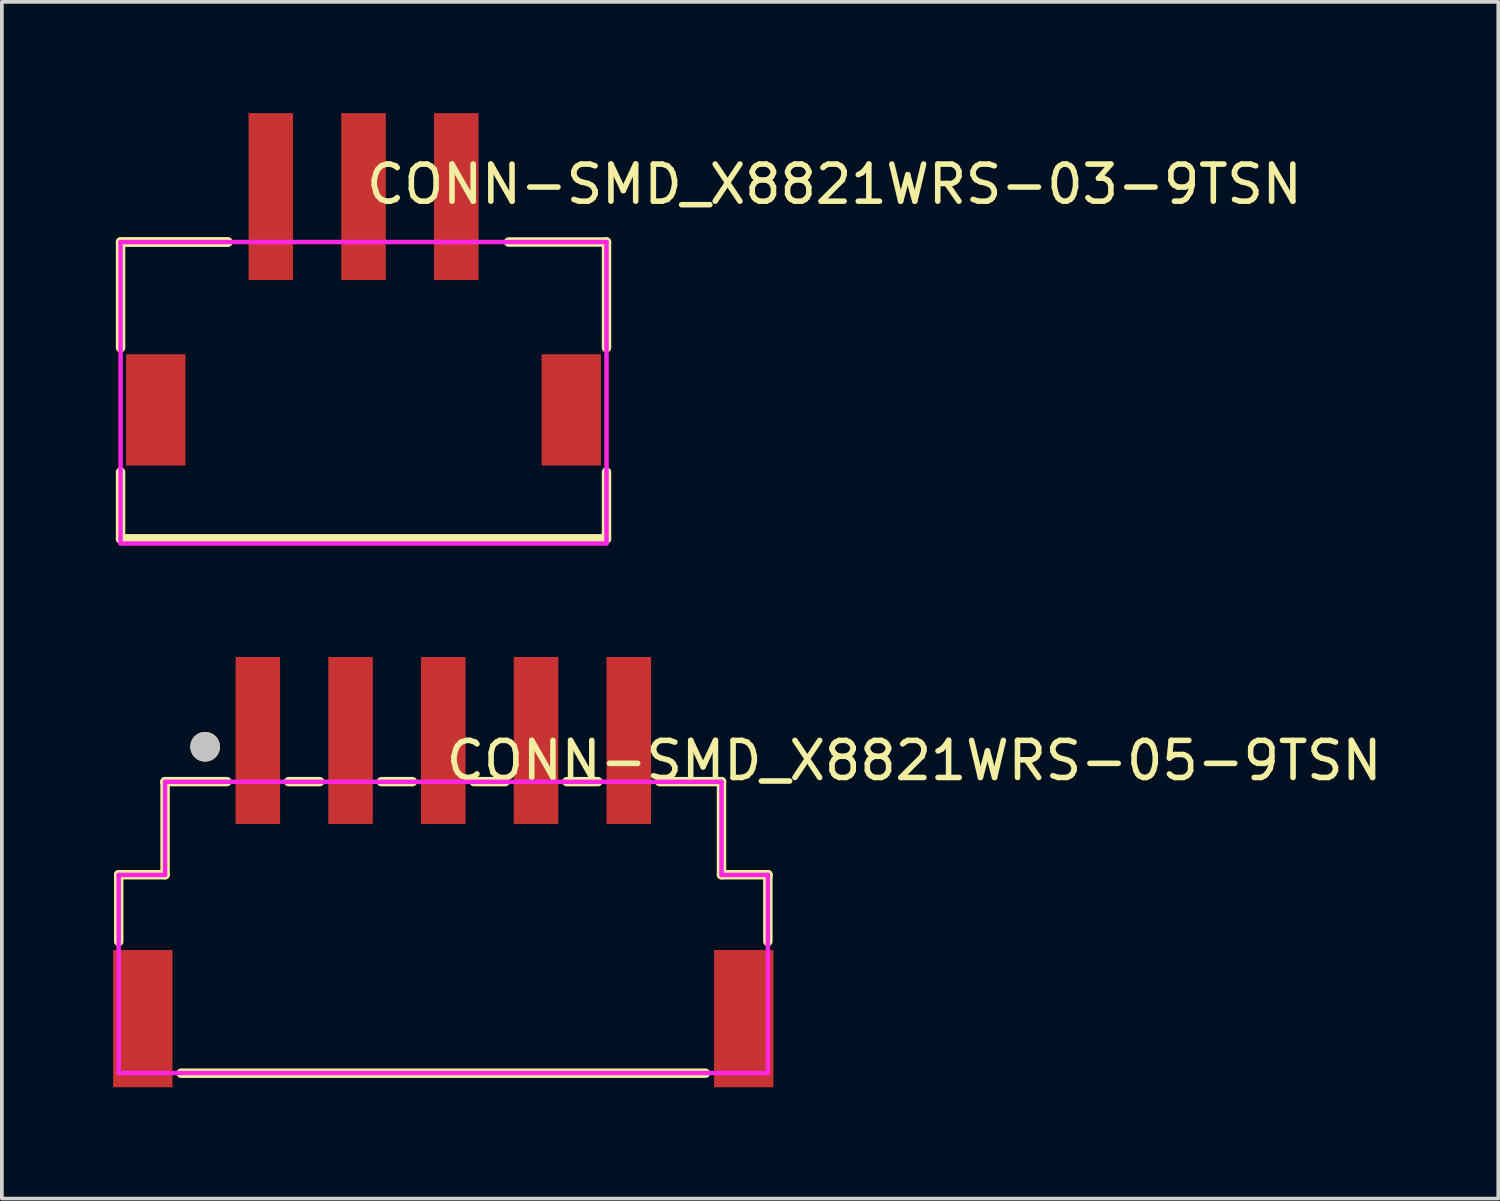
<source format=kicad_pcb>
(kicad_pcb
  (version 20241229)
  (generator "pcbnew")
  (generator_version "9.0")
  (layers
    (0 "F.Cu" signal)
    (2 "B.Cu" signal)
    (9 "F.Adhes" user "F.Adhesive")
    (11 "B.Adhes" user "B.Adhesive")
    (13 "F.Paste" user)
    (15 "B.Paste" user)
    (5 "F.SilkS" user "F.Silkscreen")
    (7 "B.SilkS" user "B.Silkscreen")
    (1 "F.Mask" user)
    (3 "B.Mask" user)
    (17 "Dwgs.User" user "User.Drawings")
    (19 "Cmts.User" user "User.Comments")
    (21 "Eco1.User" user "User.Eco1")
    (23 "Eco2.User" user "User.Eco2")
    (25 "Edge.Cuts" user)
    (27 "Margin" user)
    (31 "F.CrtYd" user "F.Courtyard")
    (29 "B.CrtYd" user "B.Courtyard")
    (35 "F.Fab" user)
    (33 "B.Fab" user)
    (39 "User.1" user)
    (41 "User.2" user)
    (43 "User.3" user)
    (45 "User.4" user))
  (footprint "CONN-SMD_X8821WRS-03-9TSN"
    (layer "F.Cu")
    (at 6.75 5.125)
    (property "Reference" "CONN-SMD_X8821WRS-03-9TSN" (at 0 -3.207 0) (layer "F.SilkS") (effects (font (size 1 1) (thickness 0.15)) (justify left)))
    (attr through_hole)
    (fp_line (start -6.55 -1.651) (end -6.55 1.2) (stroke (width 0.254) (type solid)) (layer "F.SilkS"))
    (fp_line (start -6.55 4.55) (end -6.55 6.349) (stroke (width 0.254) (type solid)) (layer "F.SilkS"))
    (fp_line (start -6.55 6.349) (end 6.55 6.349) (stroke (width 0.254) (type solid)) (layer "F.SilkS"))
    (fp_line (start -3.656 -1.651) (end -6.55 -1.651) (stroke (width 0.254) (type solid)) (layer "F.SilkS"))
    (fp_line (start -3.656 -1.651) (end -6.45 -1.651) (stroke (width 0.254) (type solid)) (layer "F.SilkS"))
    (fp_line (start 3.911 -1.651) (end 6.55 -1.651) (stroke (width 0.254) (type solid)) (layer "F.SilkS"))
    (fp_line (start 6.55 -1.651) (end 6.55 1.2) (stroke (width 0.254) (type solid)) (layer "F.SilkS"))
    (fp_line (start 6.55 4.55) (end 6.55 6.349) (stroke (width 0.254) (type solid)) (layer "F.SilkS"))
    (fp_line (start -2.82 -1.81) (end -2.18 -1.81) (stroke (width 0.12) (type solid)) (layer "Eco2.User"))
    (fp_line (start -2.82 -1.64) (end -2.82 -1.81) (stroke (width 0.12) (type solid)) (layer "Eco2.User"))
    (fp_line (start -2.18 -1.81) (end -2.18 -1.64) (stroke (width 0.12) (type solid)) (layer "Eco2.User"))
    (fp_line (start -2.18 -1.64) (end -2.82 -1.64) (stroke (width 0.12) (type solid)) (layer "Eco2.User"))
    (fp_line (start -0.32 -1.81) (end 0.32 -1.81) (stroke (width 0.12) (type solid)) (layer "Eco2.User"))
    (fp_line (start -0.32 -1.64) (end -0.32 -1.81) (stroke (width 0.12) (type solid)) (layer "Eco2.User"))
    (fp_line (start 0.32 -1.81) (end 0.32 -1.64) (stroke (width 0.12) (type solid)) (layer "Eco2.User"))
    (fp_line (start 0.32 -1.64) (end -0.32 -1.64) (stroke (width 0.12) (type solid)) (layer "Eco2.User"))
    (fp_line (start 2.18 -1.81) (end 2.82 -1.81) (stroke (width 0.12) (type solid)) (layer "Eco2.User"))
    (fp_line (start 2.18 -1.64) (end 2.18 -1.81) (stroke (width 0.12) (type solid)) (layer "Eco2.User"))
    (fp_line (start 2.82 -1.81) (end 2.82 -1.64) (stroke (width 0.12) (type solid)) (layer "Eco2.User"))
    (fp_line (start 2.82 -1.64) (end 2.18 -1.64) (stroke (width 0.12) (type solid)) (layer "Eco2.User"))
    (fp_circle (center -6.55 -4) (end -6.45 -4) (stroke (width 0.2) (type solid)) (fill no) (layer "Eco2.User"))
    (fp_poly (pts (xy -6.223 1.375) (xy -5.583 1.375) (xy -5.583 4.375) (xy -6.223 4.375)) (stroke (width 0.12) (type solid)) (fill no) (layer "Eco2.User"))
    (fp_poly (pts (xy -2.82 -1.8) (xy -2.82 -4) (xy -2.18 -4) (xy -2.18 -1.8)) (stroke (width 0.12) (type solid)) (fill no) (layer "Eco2.User"))
    (fp_poly (pts (xy -0.32 -1.8) (xy -0.32 -4) (xy 0.32 -4) (xy 0.32 -1.8)) (stroke (width 0.12) (type solid)) (fill no) (layer "Eco2.User"))
    (fp_poly (pts (xy 2.18 -1.8) (xy 2.18 -4) (xy 2.82 -4) (xy 2.82 -1.8)) (stroke (width 0.12) (type solid)) (fill no) (layer "Eco2.User"))
    (fp_poly (pts (xy 6.223 4.375) (xy 5.583 4.375) (xy 5.583 1.375) (xy 6.223 1.375)) (stroke (width 0.12) (type solid)) (fill no) (layer "Eco2.User"))
    (fp_line (start -6.55 -1.65) (end 6.55 -1.65) (stroke (width 0.12) (type solid)) (layer "F.CrtYd"))
    (fp_line (start -6.55 6.476) (end -6.55 -1.65) (stroke (width 0.12) (type solid)) (layer "F.CrtYd"))
    (fp_line (start 6.55 -1.65) (end 6.55 6.476) (stroke (width 0.12) (type solid)) (layer "F.CrtYd"))
    (fp_line (start 6.55 6.476) (end -6.55 6.476) (stroke (width 0.12) (type solid)) (layer "F.CrtYd"))
    (pad "1" smd rect (at -2.5 -2.875) (size 1.2 4.5) (layers "F.Cu" "F.Mask" "F.Paste"))
    (pad "2" smd rect (at 0 -2.875) (size 1.2 4.5) (layers "F.Cu" "F.Mask" "F.Paste"))
    (pad "3" smd rect (at 2.5 -2.875) (size 1.2 4.5) (layers "F.Cu" "F.Mask" "F.Paste"))
    (pad "4" smd rect (at 5.6 2.875) (size 1.6 3) (layers "F.Cu" "F.Mask" "F.Paste"))
    (pad "5" smd rect (at -5.6 2.875) (size 1.6 3) (layers "F.Cu" "F.Mask" "F.Paste")))
  (footprint "CONN-SMD_X8821WRS-05-9TSN"
    (layer "F.Cu")
    (at 8.9 20.661)
    (property "Reference" "CONN-SMD_X8821WRS-05-9TSN" (at 0 -3.207 0) (layer "F.SilkS") (effects (font (size 1 1) (thickness 0.15)) (justify left)))
    (attr through_hole)
    (fp_line (start -8.75 -0.13) (end -8.75 1.669) (stroke (width 0.254) (type solid)) (layer "F.SilkS"))
    (fp_line (start -7.5 -2.63) (end -7.5 -2.64) (stroke (width 0.254) (type solid)) (layer "F.SilkS"))
    (fp_line (start -7.5 -2.63) (end -7.5 -0.13) (stroke (width 0.254) (type solid)) (layer "F.SilkS"))
    (fp_line (start -7.5 -0.13) (end -8.75 -0.13) (stroke (width 0.254) (type solid)) (layer "F.SilkS"))
    (fp_line (start -7.49 -2.64) (end -7.5 -2.63) (stroke (width 0.254) (type solid)) (layer "F.SilkS"))
    (fp_line (start -7.069 5.22) (end 7.069 5.22) (stroke (width 0.254) (type solid)) (layer "F.SilkS"))
    (fp_line (start -5.831 -2.64) (end -7.49 -2.64) (stroke (width 0.254) (type solid)) (layer "F.SilkS"))
    (fp_line (start -3.331 -2.64) (end -4.169 -2.64) (stroke (width 0.254) (type solid)) (layer "F.SilkS"))
    (fp_line (start -0.831 -2.64) (end -1.669 -2.64) (stroke (width 0.254) (type solid)) (layer "F.SilkS"))
    (fp_line (start 1.669 -2.64) (end 0.831 -2.64) (stroke (width 0.254) (type solid)) (layer "F.SilkS"))
    (fp_line (start 4.169 -2.64) (end 3.331 -2.64) (stroke (width 0.254) (type solid)) (layer "F.SilkS"))
    (fp_line (start 7.5 -2.64) (end 5.831 -2.64) (stroke (width 0.254) (type solid)) (layer "F.SilkS"))
    (fp_line (start 7.5 -2.64) (end 7.5 -0.13) (stroke (width 0.254) (type solid)) (layer "F.SilkS"))
    (fp_line (start 7.5 -0.13) (end 8.75 -0.13) (stroke (width 0.254) (type solid)) (layer "F.SilkS"))
    (fp_line (start 8.75 -0.13) (end 8.75 -0.12) (stroke (width 0.254) (type solid)) (layer "F.SilkS"))
    (fp_line (start 8.75 -0.13) (end 8.75 1.669) (stroke (width 0.254) (type solid)) (layer "F.SilkS"))
    (fp_circle (center -6.42 -3.58) (end -6.22 -3.58) (stroke (width 0.4) (type solid)) (fill no) (layer "F.SilkS"))
    (fp_circle (center -6.42 -3.58) (end -6.22 -3.58) (stroke (width 0.4) (type solid)) (fill no) (layer "Dwgs.User"))
    (fp_circle (center -8.75 -5.534) (end -8.72 -5.534) (stroke (width 0.06) (type solid)) (fill no) (layer "Eco2.User"))
    (fp_poly (pts (xy -7.99 2.716) (xy -7.69 2.716) (xy -7.69 5.216) (xy -7.99 5.216)) (stroke (width 0.12) (type solid)) (fill no) (layer "Eco2.User"))
    (fp_poly (pts (xy -5.25 -5.534) (xy -4.75 -5.534) (xy -4.75 -1.634) (xy -5.25 -1.634)) (stroke (width 0.12) (type solid)) (fill no) (layer "Eco2.User"))
    (fp_poly (pts (xy -2.75 -5.534) (xy -2.25 -5.534) (xy -2.25 -1.634) (xy -2.75 -1.634)) (stroke (width 0.12) (type solid)) (fill no) (layer "Eco2.User"))
    (fp_poly (pts (xy -0.25 -5.534) (xy 0.25 -5.534) (xy 0.25 -1.634) (xy -0.25 -1.634)) (stroke (width 0.12) (type solid)) (fill no) (layer "Eco2.User"))
    (fp_poly (pts (xy 2.25 -5.534) (xy 2.75 -5.534) (xy 2.75 -1.634) (xy 2.25 -1.634)) (stroke (width 0.12) (type solid)) (fill no) (layer "Eco2.User"))
    (fp_poly (pts (xy 4.75 -5.534) (xy 5.25 -5.534) (xy 5.25 -1.634) (xy 4.75 -1.634)) (stroke (width 0.12) (type solid)) (fill no) (layer "Eco2.User"))
    (fp_poly (pts (xy 7.69 2.716) (xy 7.99 2.716) (xy 7.99 5.216) (xy 7.69 5.216)) (stroke (width 0.12) (type solid)) (fill no) (layer "Eco2.User"))
    (fp_line (start -8.75 -0.125) (end -7.5 -0.125) (stroke (width 0.12) (type solid)) (layer "F.CrtYd"))
    (fp_line (start -8.75 5.216) (end -8.75 -0.125) (stroke (width 0.12) (type solid)) (layer "F.CrtYd"))
    (fp_line (start -7.5 -2.634) (end 7.5 -2.634) (stroke (width 0.12) (type solid)) (layer "F.CrtYd"))
    (fp_line (start -7.5 -0.125) (end -7.5 -2.634) (stroke (width 0.12) (type solid)) (layer "F.CrtYd"))
    (fp_line (start 7.5 -2.634) (end 7.5 -0.125) (stroke (width 0.12) (type solid)) (layer "F.CrtYd"))
    (fp_line (start 7.5 -0.125) (end 8.75 -0.125) (stroke (width 0.12) (type solid)) (layer "F.CrtYd"))
    (fp_line (start 8.75 -0.125) (end 8.75 5.216) (stroke (width 0.12) (type solid)) (layer "F.CrtYd"))
    (fp_line (start 8.75 5.216) (end -8.75 5.216) (stroke (width 0.12) (type solid)) (layer "F.CrtYd"))
    (pad "1" smd rect (at -5 -3.75) (size 1.2 4.5) (layers "F.Cu" "F.Mask" "F.Paste"))
    (pad "2" smd rect (at -2.5 -3.75) (size 1.2 4.5) (layers "F.Cu" "F.Mask" "F.Paste"))
    (pad "3" smd rect (at 0 -3.75) (size 1.2 4.5) (layers "F.Cu" "F.Mask" "F.Paste"))
    (pad "4" smd rect (at 2.5 -3.75) (size 1.2 4.5) (layers "F.Cu" "F.Mask" "F.Paste"))
    (pad "5" smd rect (at 5 -3.75) (size 1.2 4.5) (layers "F.Cu" "F.Mask" "F.Paste"))
    (pad "6" smd rect (at 8.1 3.75) (size 1.6 3.7) (layers "F.Cu" "F.Mask" "F.Paste"))
    (pad "7" smd rect (at -8.1 3.75) (size 1.6 3.7) (layers "F.Cu" "F.Mask" "F.Paste")))
  (gr_rect
    (start -3 -3)
    (end 37.34 29.261)
    (stroke (width 0.1) (type default))
    (fill no)
    (layer "Edge.Cuts")))
</source>
